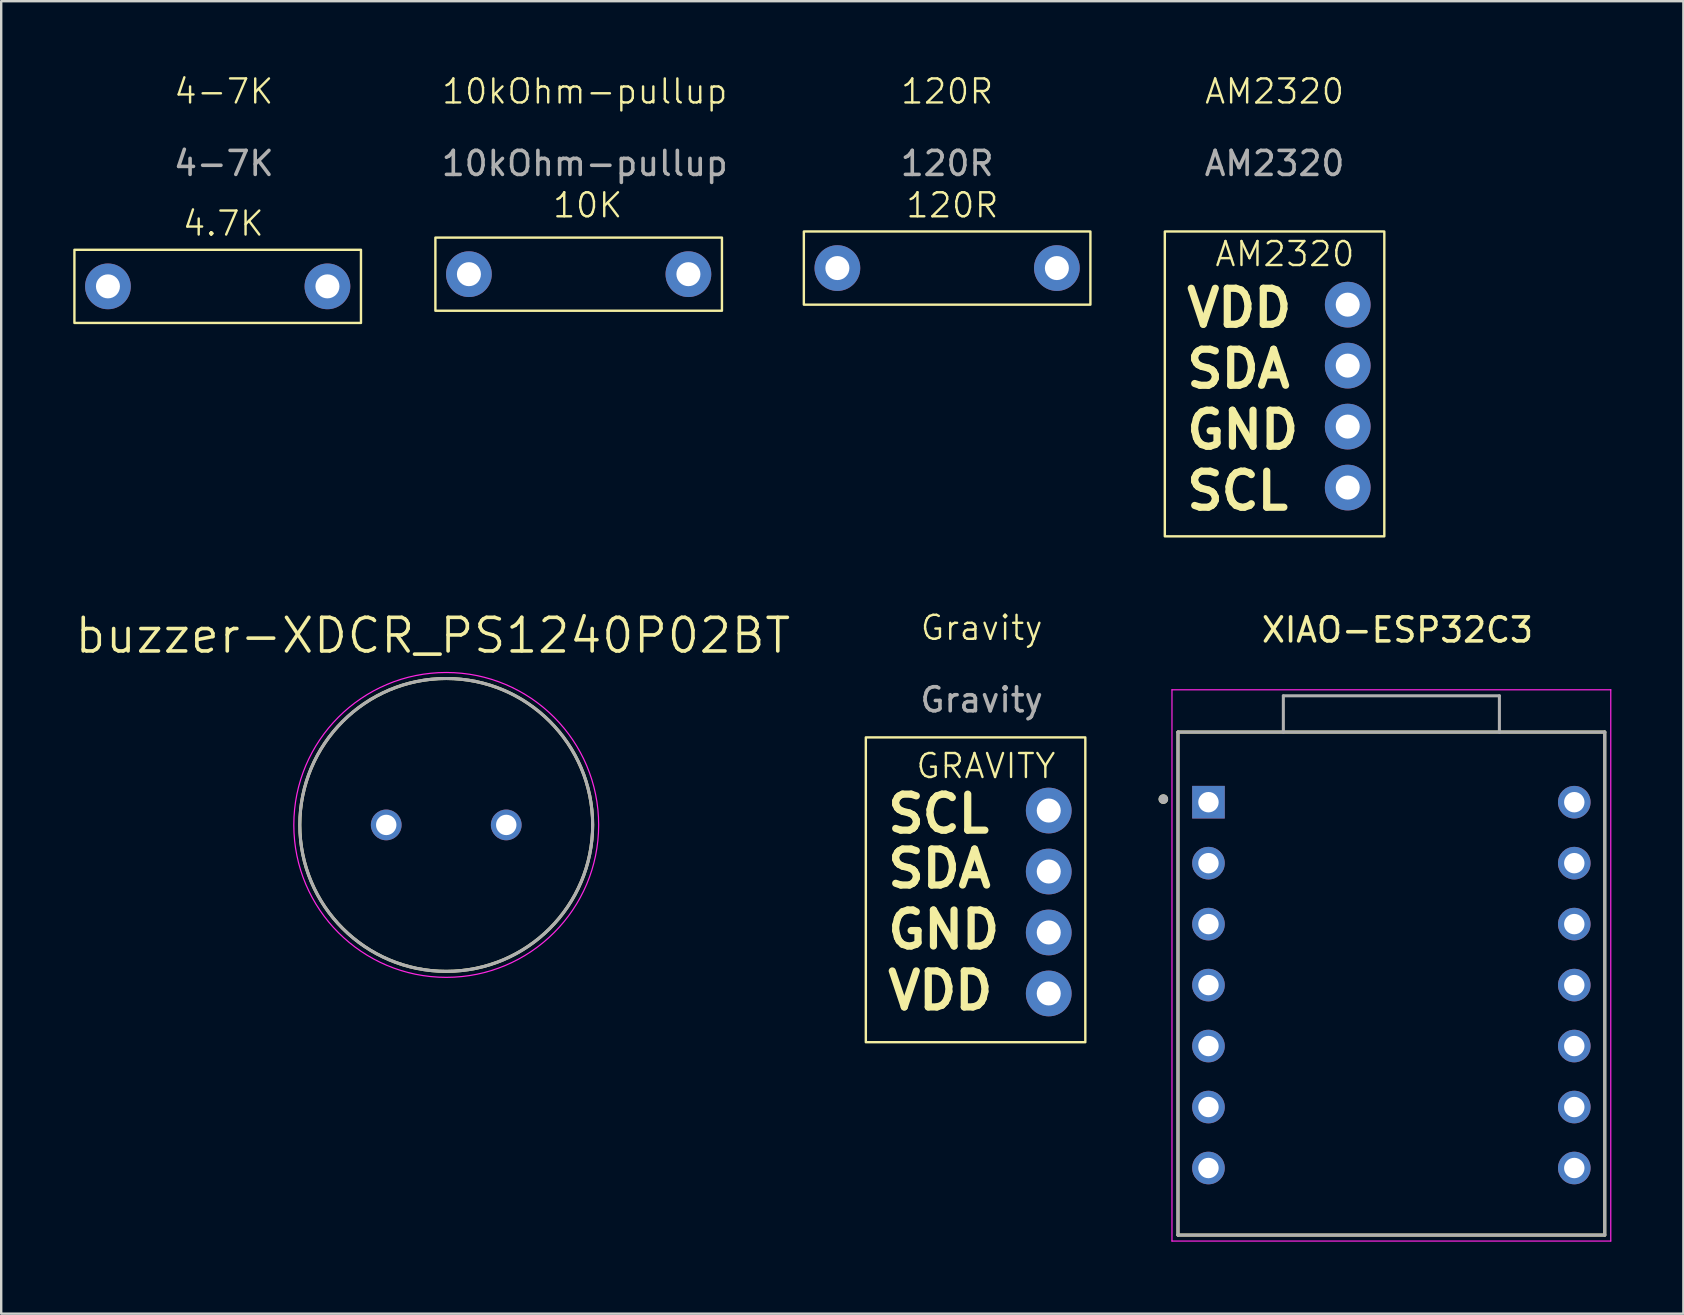
<source format=kicad_pcb>
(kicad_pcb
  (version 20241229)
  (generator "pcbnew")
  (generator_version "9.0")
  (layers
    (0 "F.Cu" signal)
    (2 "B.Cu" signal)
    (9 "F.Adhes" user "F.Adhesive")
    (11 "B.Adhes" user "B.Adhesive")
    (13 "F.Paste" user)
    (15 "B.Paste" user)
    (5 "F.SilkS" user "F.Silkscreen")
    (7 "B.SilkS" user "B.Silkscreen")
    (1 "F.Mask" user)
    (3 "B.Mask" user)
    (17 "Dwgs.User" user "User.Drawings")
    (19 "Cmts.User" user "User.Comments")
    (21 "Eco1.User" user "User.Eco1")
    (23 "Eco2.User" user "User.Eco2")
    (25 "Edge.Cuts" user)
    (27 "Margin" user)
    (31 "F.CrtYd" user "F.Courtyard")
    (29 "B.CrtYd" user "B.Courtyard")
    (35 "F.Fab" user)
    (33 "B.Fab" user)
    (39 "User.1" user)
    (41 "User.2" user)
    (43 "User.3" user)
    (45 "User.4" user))
  (footprint "buzzer-XDCR_PS1240P02BT"
    (layer "F.Cu")
    (at 15.54 31.316)
    (property "Reference" "buzzer-XDCR_PS1240P02BT" (at -0.555 -7.889 0) (layer "F.SilkS") (effects (font (size 1.4 1.4) (thickness 0.15))))
    (attr through_hole)
    (fp_circle (center 0 0) (end 6.1 0) (stroke (width 0.127) (type solid)) (fill no) (layer "F.SilkS"))
    (fp_circle (center 0 0) (end 6.35 0) (stroke (width 0.05) (type solid)) (fill no) (layer "F.CrtYd"))
    (fp_circle (center 0 0) (end 6.1 0) (stroke (width 0.127) (type solid)) (fill no) (layer "F.Fab"))
    (pad "1" thru_hole circle (at -2.5 0) (size 1.28 1.28) (drill 0.85) (layers "*.Cu" "*.Mask"))
    (pad "2" thru_hole circle (at 2.5 0) (size 1.28 1.28) (drill 0.85) (layers "*.Cu" "*.Mask")))
  (footprint "4-7K"
    (layer "F.Cu")
    (at 6.273 1.26)
    (property "Reference" "4-7K" (at 0 -0.5 0) (unlocked yes) (layer "F.SilkS") (effects (font (size 1 1) (thickness 0.1))))
    (attr through_hole)
    (fp_rect (start -6.223 6.096) (end 5.715 9.144) (stroke (width 0.1) (type default)) (fill no) (layer "F.SilkS"))
    (fp_text user "4.7K" (at -1.778 5.588 0) (unlocked yes) (layer "F.SilkS") (effects (font (size 1 1) (thickness 0.1)) (justify left bottom)))
    (fp_text user "${REFERENCE}" (at 0 2.5 0) (unlocked yes) (layer "F.Fab") (effects (font (size 1 1) (thickness 0.15))))
    (pad "1" thru_hole circle (at -4.826 7.62) (size 1.905 1.905) (drill 1) (layers "*.Cu" "*.Mask"))
    (pad "2" thru_hole circle (at 4.318 7.62) (size 1.905 1.905) (drill 1) (layers "*.Cu" "*.Mask")))
  (footprint "10kOhm-pullup"
    (layer "F.Cu")
    (at 21.311 1.26)
    (property "Reference" "10kOhm-pullup" (at 0 -0.5 0) (unlocked yes) (layer "F.SilkS") (effects (font (size 1 1) (thickness 0.1))))
    (attr through_hole)
    (fp_rect (start -6.223 5.588) (end 5.715 8.636) (stroke (width 0.1) (type default)) (fill no) (layer "F.SilkS"))
    (fp_text user "10K" (at -1.397 4.826 0) (unlocked yes) (layer "F.SilkS") (effects (font (size 1 1) (thickness 0.1)) (justify left bottom)))
    (fp_text user "${REFERENCE}" (at 0 2.5 0) (unlocked yes) (layer "F.Fab") (effects (font (size 1 1) (thickness 0.15))))
    (pad "1" thru_hole circle (at -4.826 7.112) (size 1.905 1.905) (drill 1) (layers "*.Cu" "*.Mask"))
    (pad "2" thru_hole circle (at 4.318 7.112) (size 1.905 1.905) (drill 1) (layers "*.Cu" "*.Mask")))
  (footprint "Gravity"
    (layer "F.Cu")
    (at 37.846 23.605)
    (property "Reference" "Gravity" (at 0 -0.5 0) (unlocked yes) (layer "F.SilkS") (effects (font (size 1 1) (thickness 0.1))))
    (attr through_hole)
    (fp_rect (start -4.826 4.064) (end 4.318 16.764) (stroke (width 0.1) (type default)) (fill no) (layer "F.SilkS"))
    (fp_text user "SDA" (at -4.064 10.414 0) (unlocked yes) (layer "F.SilkS") (effects (font (size 1.5 1.5) (thickness 0.3) (bold yes)) (justify left bottom)))
    (fp_text user "VDD" (at -4.064 15.494 0) (unlocked yes) (layer "F.SilkS") (effects (font (size 1.5 1.5) (thickness 0.3) (bold yes)) (justify left bottom)))
    (fp_text user "GND" (at -4.064 12.954 0) (unlocked yes) (layer "F.SilkS") (effects (font (size 1.5 1.5) (thickness 0.3) (bold yes)) (justify left bottom)))
    (fp_text user "SCL" (at -4.064 8.128 0) (unlocked yes) (layer "F.SilkS") (effects (font (size 1.5 1.5) (thickness 0.3) (bold yes)) (justify left bottom)))
    (fp_text user "GRAVITY" (at -2.794 5.842 0) (unlocked yes) (layer "F.SilkS") (effects (font (size 1 1) (thickness 0.1)) (justify left bottom)))
    (fp_text user "${REFERENCE}" (at 0 2.5 0) (unlocked yes) (layer "F.Fab") (effects (font (size 1 1) (thickness 0.15))))
    (pad "1" thru_hole circle (at 2.794 14.732) (size 1.905 1.905) (drill 1) (layers "*.Cu" "*.Mask"))
    (pad "2" thru_hole circle (at 2.794 12.192) (size 1.905 1.905) (drill 1) (layers "*.Cu" "*.Mask"))
    (pad "3" thru_hole circle (at 2.794 9.652) (size 1.905 1.905) (drill 1) (layers "*.Cu" "*.Mask"))
    (pad "4" thru_hole circle (at 2.794 7.112) (size 1.905 1.905) (drill 1) (layers "*.Cu" "*.Mask")))
  (footprint "AM2320"
    (layer "F.Cu")
    (at 50.048 1.26)
    (property "Reference" "AM2320" (at 0 -0.5 0) (unlocked yes) (layer "F.SilkS") (effects (font (size 1 1) (thickness 0.1))))
    (attr smd)
    (fp_rect (start -4.572 5.334) (end 4.572 18.034) (stroke (width 0.1) (type default)) (fill no) (layer "F.SilkS"))
    (fp_text user "VDD" (at -3.81 9.398 0) (unlocked yes) (layer "F.SilkS") (effects (font (size 1.5 1.5) (thickness 0.3) (bold yes)) (justify left bottom)))
    (fp_text user "SCL" (at -3.81 17.018 0) (unlocked yes) (layer "F.SilkS") (effects (font (size 1.5 1.5) (thickness 0.3) (bold yes)) (justify left bottom)))
    (fp_text user "AM2320" (at -2.54 6.858 0) (unlocked yes) (layer "F.SilkS") (effects (font (size 1 1) (thickness 0.1)) (justify left bottom)))
    (fp_text user "SDA" (at -3.81 11.938 0) (unlocked yes) (layer "F.SilkS") (effects (font (size 1.5 1.5) (thickness 0.3) (bold yes)) (justify left bottom)))
    (fp_text user "GND" (at -3.81 14.478 0) (unlocked yes) (layer "F.SilkS") (effects (font (size 1.5 1.5) (thickness 0.3) (bold yes)) (justify left bottom)))
    (fp_text user "${REFERENCE}" (at 0 2.5 0) (unlocked yes) (layer "F.Fab") (effects (font (size 1 1) (thickness 0.15))))
    (pad "1" thru_hole circle (at 3.048 8.382) (size 1.905 1.905) (drill 1) (layers "*.Cu" "*.Mask"))
    (pad "2" thru_hole circle (at 3.048 10.922) (size 1.905 1.905) (drill 1) (layers "*.Cu" "*.Mask"))
    (pad "3" thru_hole circle (at 3.048 13.462) (size 1.905 1.905) (drill 1) (layers "*.Cu" "*.Mask"))
    (pad "4" thru_hole circle (at 3.048 16.002) (size 1.905 1.905) (drill 1) (layers "*.Cu" "*.Mask")))
  (footprint "XIAO-ESP32C3"
    (layer "F.Cu")
    (at 54.914 37.925)
    (property "Reference" "XIAO-ESP32C3" (at 0.254 -14.732 0) (layer "F.SilkS") (effects (font (size 1 1) (thickness 0.15))))
    (attr through_hole)
    (fp_line (start -8.89 -10.477) (end 8.89 -10.477) (stroke (width 0.127) (type solid)) (layer "F.SilkS"))
    (fp_line (start -8.89 10.477) (end -8.89 -10.477) (stroke (width 0.127) (type solid)) (layer "F.SilkS"))
    (fp_line (start 8.89 -10.477) (end 8.89 10.477) (stroke (width 0.127) (type solid)) (layer "F.SilkS"))
    (fp_line (start 8.89 10.477) (end -8.89 10.477) (stroke (width 0.127) (type solid)) (layer "F.SilkS"))
    (fp_circle (center -9.5 -7.684) (end -9.4 -7.684) (stroke (width 0.2) (type solid)) (fill no) (layer "F.SilkS"))
    (fp_line (start -9.14 -12.238) (end -9.14 10.727) (stroke (width 0.05) (type solid)) (layer "F.CrtYd"))
    (fp_line (start -9.14 10.727) (end 9.14 10.727) (stroke (width 0.05) (type solid)) (layer "F.CrtYd"))
    (fp_line (start 9.14 -12.238) (end -9.14 -12.238) (stroke (width 0.05) (type solid)) (layer "F.CrtYd"))
    (fp_line (start 9.14 10.727) (end 9.14 -12.238) (stroke (width 0.05) (type solid)) (layer "F.CrtYd"))
    (fp_line (start -8.89 -10.477) (end -4.5 -10.477) (stroke (width 0.127) (type solid)) (layer "F.Fab"))
    (fp_line (start -8.89 10.477) (end -8.89 -10.477) (stroke (width 0.127) (type solid)) (layer "F.Fab"))
    (fp_line (start -4.5 -11.988) (end 4.5 -11.988) (stroke (width 0.127) (type solid)) (layer "F.Fab"))
    (fp_line (start -4.5 -10.477) (end -4.5 -11.988) (stroke (width 0.127) (type solid)) (layer "F.Fab"))
    (fp_line (start -4.5 -10.477) (end 4.5 -10.477) (stroke (width 0.127) (type solid)) (layer "F.Fab"))
    (fp_line (start 4.5 -11.988) (end 4.5 -10.477) (stroke (width 0.127) (type solid)) (layer "F.Fab"))
    (fp_line (start 4.5 -10.477) (end 8.89 -10.477) (stroke (width 0.127) (type solid)) (layer "F.Fab"))
    (fp_line (start 8.89 -10.477) (end 8.89 10.477) (stroke (width 0.127) (type solid)) (layer "F.Fab"))
    (fp_line (start 8.89 10.477) (end -8.89 10.477) (stroke (width 0.127) (type solid)) (layer "F.Fab"))
    (fp_circle (center -9.5 -7.684) (end -9.4 -7.684) (stroke (width 0.2) (type solid)) (fill no) (layer "F.Fab"))
    (pad "1" thru_hole rect (at -7.62 -7.556) (size 1.358 1.358) (drill 0.85) (layers "*.Cu" "*.Mask"))
    (pad "2" thru_hole circle (at -7.62 -5.016) (size 1.358 1.358) (drill 0.85) (layers "*.Cu" "*.Mask"))
    (pad "3" thru_hole circle (at -7.62 -2.477) (size 1.358 1.358) (drill 0.85) (layers "*.Cu" "*.Mask"))
    (pad "4" thru_hole circle (at -7.62 0.064) (size 1.358 1.358) (drill 0.85) (layers "*.Cu" "*.Mask"))
    (pad "5" thru_hole circle (at -7.62 2.603) (size 1.358 1.358) (drill 0.85) (layers "*.Cu" "*.Mask"))
    (pad "6" thru_hole circle (at -7.62 5.144) (size 1.358 1.358) (drill 0.85) (layers "*.Cu" "*.Mask"))
    (pad "7" thru_hole circle (at -7.62 7.684) (size 1.358 1.358) (drill 0.85) (layers "*.Cu" "*.Mask"))
    (pad "8" thru_hole circle (at 7.62 7.684) (size 1.358 1.358) (drill 0.85) (layers "*.Cu" "*.Mask"))
    (pad "9" thru_hole circle (at 7.62 5.144) (size 1.358 1.358) (drill 0.85) (layers "*.Cu" "*.Mask"))
    (pad "10" thru_hole circle (at 7.62 2.603) (size 1.358 1.358) (drill 0.85) (layers "*.Cu" "*.Mask"))
    (pad "11" thru_hole circle (at 7.62 0.064) (size 1.358 1.358) (drill 0.85) (layers "*.Cu" "*.Mask"))
    (pad "12" thru_hole circle (at 7.62 -2.477) (size 1.358 1.358) (drill 0.85) (layers "*.Cu" "*.Mask"))
    (pad "13" thru_hole circle (at 7.62 -5.016) (size 1.358 1.358) (drill 0.85) (layers "*.Cu" "*.Mask"))
    (pad "14" thru_hole circle (at 7.62 -7.556) (size 1.358 1.358) (drill 0.85) (layers "*.Cu" "*.Mask")))
  (footprint "120R"
    (layer "F.Cu")
    (at 36.407 1.26)
    (property "Reference" "120R" (at 0 -0.5 0) (unlocked yes) (layer "F.SilkS") (effects (font (size 1 1) (thickness 0.1))))
    (attr through_hole)
    (fp_rect (start -5.969 5.334) (end 5.969 8.382) (stroke (width 0.1) (type default)) (fill no) (layer "F.SilkS"))
    (fp_text user "120R" (at -1.778 4.826 0) (unlocked yes) (layer "F.SilkS") (effects (font (size 1 1) (thickness 0.1)) (justify left bottom)))
    (fp_text user "${REFERENCE}" (at 0 2.5 0) (unlocked yes) (layer "F.Fab") (effects (font (size 1 1) (thickness 0.15))))
    (pad "1" thru_hole circle (at -4.572 6.858) (size 1.905 1.905) (drill 1) (layers "*.Cu" "*.Mask"))
    (pad "2" thru_hole circle (at 4.572 6.858) (size 1.905 1.905) (drill 1) (layers "*.Cu" "*.Mask")))
  (gr_rect
    (start -3 -3)
    (end 67.079 51.677)
    (stroke (width 0.1) (type default))
    (fill no)
    (layer "Edge.Cuts")))
</source>
